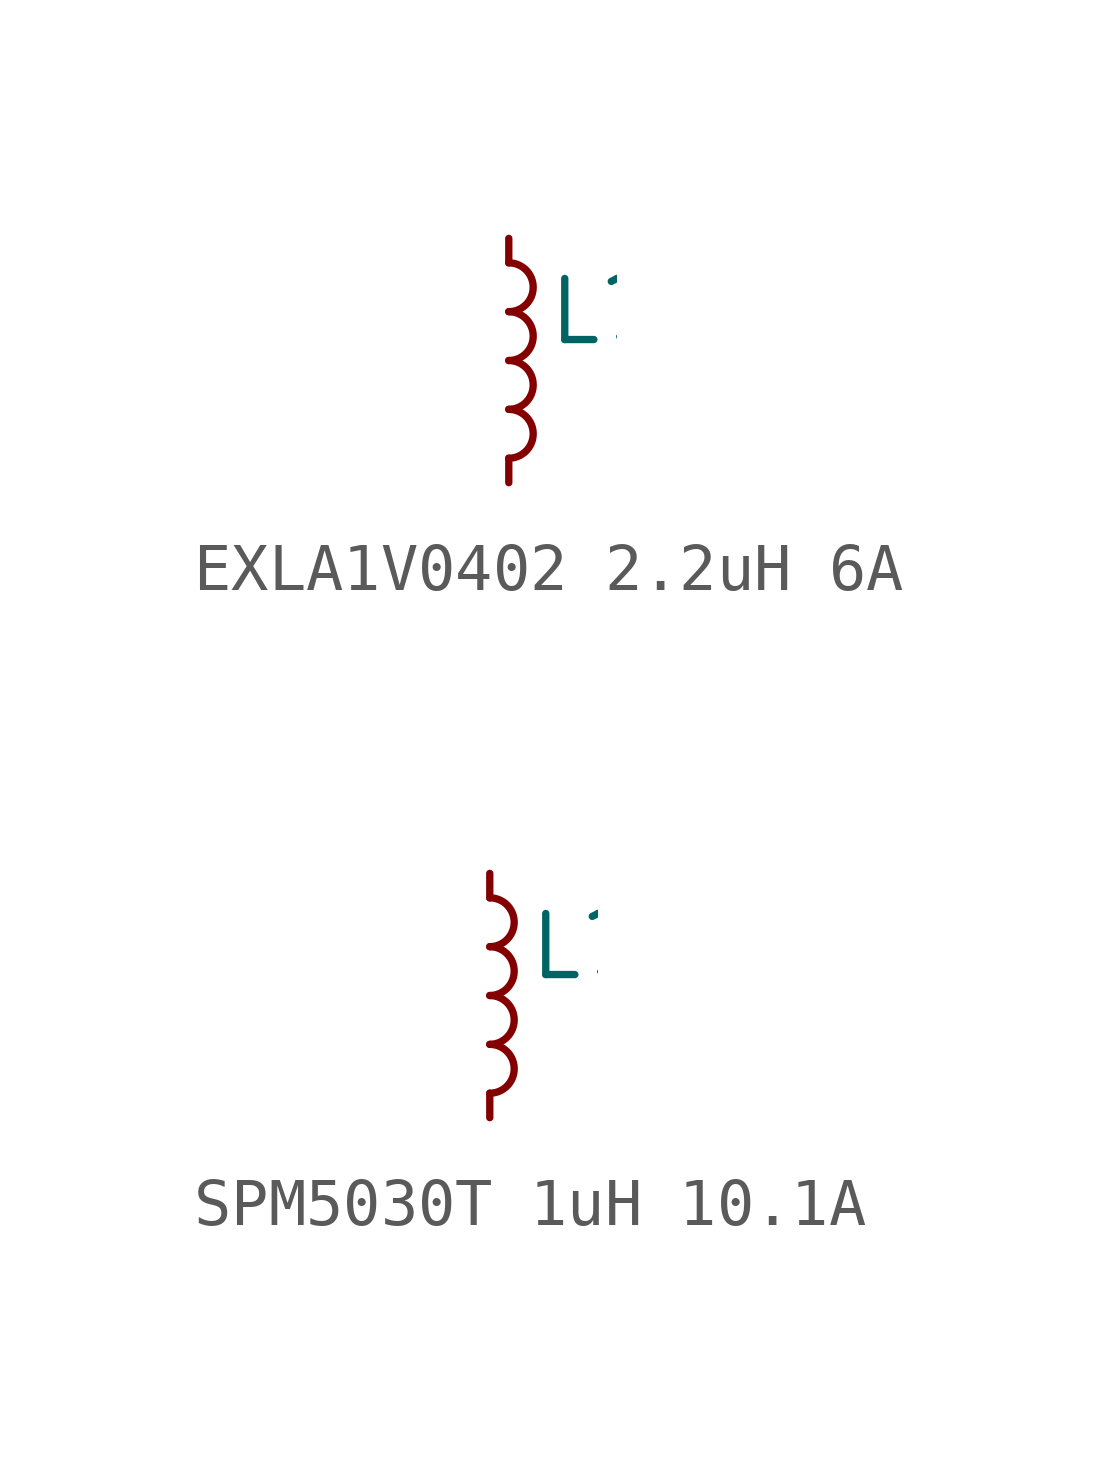
<source format=kicad_sym>
(kicad_symbol_lib
  (version 20220914)
  (generator kicad_symbol_editor)
  (symbol "EXLA1V0402 2.2uH 6A"
    (pin_numbers hide)
    (pin_names
      (offset 0.254) hide)
    (property "Reference" "L"
      (at 0.762 1.016 0)
      (effects (font (size 1.27 1.27)) (justify left)))
    (symbol "EXLA1V0402 2.2uH 6A_0_1"
      (arc (start 0 -2.032) (mid 0.5058 -1.524) (end 0 -1.016) (stroke (width 0) (type default)) (fill (type none)))
      (arc (start 0 -1.016) (mid 0.5058 -0.508) (end 0 0) (stroke (width 0) (type default)) (fill (type none)))
      (arc (start 0 0) (mid 0.5058 0.508) (end 0 1.016) (stroke (width 0) (type default)) (fill (type none)))
      (arc (start 0 1.016) (mid 0.5058 1.524) (end 0 2.032) (stroke (width 0) (type default)) (fill (type none))))
    (symbol "EXLA1V0402 2.2uH 6A_1_1"
      (pin passive line (at 0 2.54 270) (length 0.508) (name "~" (effects (font (size 1.27 1.27)))) (number "1" (effects (font (size 1.27 1.27)))))
      (pin passive line (at 0 -2.54 90) (length 0.508) (name "~" (effects (font (size 1.27 1.27)))) (number "2" (effects (font (size 1.27 1.27)))))))
  (symbol "SPM5030T 1uH 10.1A"
    (pin_numbers hide)
    (pin_names
      (offset 0.254) hide)
    (property "Reference" "L"
      (at 0.762 1.016 0)
      (effects (font (size 1.27 1.27)) (justify left)))
    (symbol "SPM5030T 1uH 10.1A_0_1"
      (arc (start 0 -2.032) (mid 0.5058 -1.524) (end 0 -1.016) (stroke (width 0) (type default)) (fill (type none)))
      (arc (start 0 -1.016) (mid 0.5058 -0.508) (end 0 0) (stroke (width 0) (type default)) (fill (type none)))
      (arc (start 0 0) (mid 0.5058 0.508) (end 0 1.016) (stroke (width 0) (type default)) (fill (type none)))
      (arc (start 0 1.016) (mid 0.5058 1.524) (end 0 2.032) (stroke (width 0) (type default)) (fill (type none))))
    (symbol "SPM5030T 1uH 10.1A_1_1"
      (pin passive line (at 0 2.54 270) (length 0.508) (name "~" (effects (font (size 1.27 1.27)))) (number "1" (effects (font (size 1.27 1.27)))))
      (pin passive line (at 0 -2.54 90) (length 0.508) (name "~" (effects (font (size 1.27 1.27)))) (number "2" (effects (font (size 1.27 1.27))))))))
</source>
